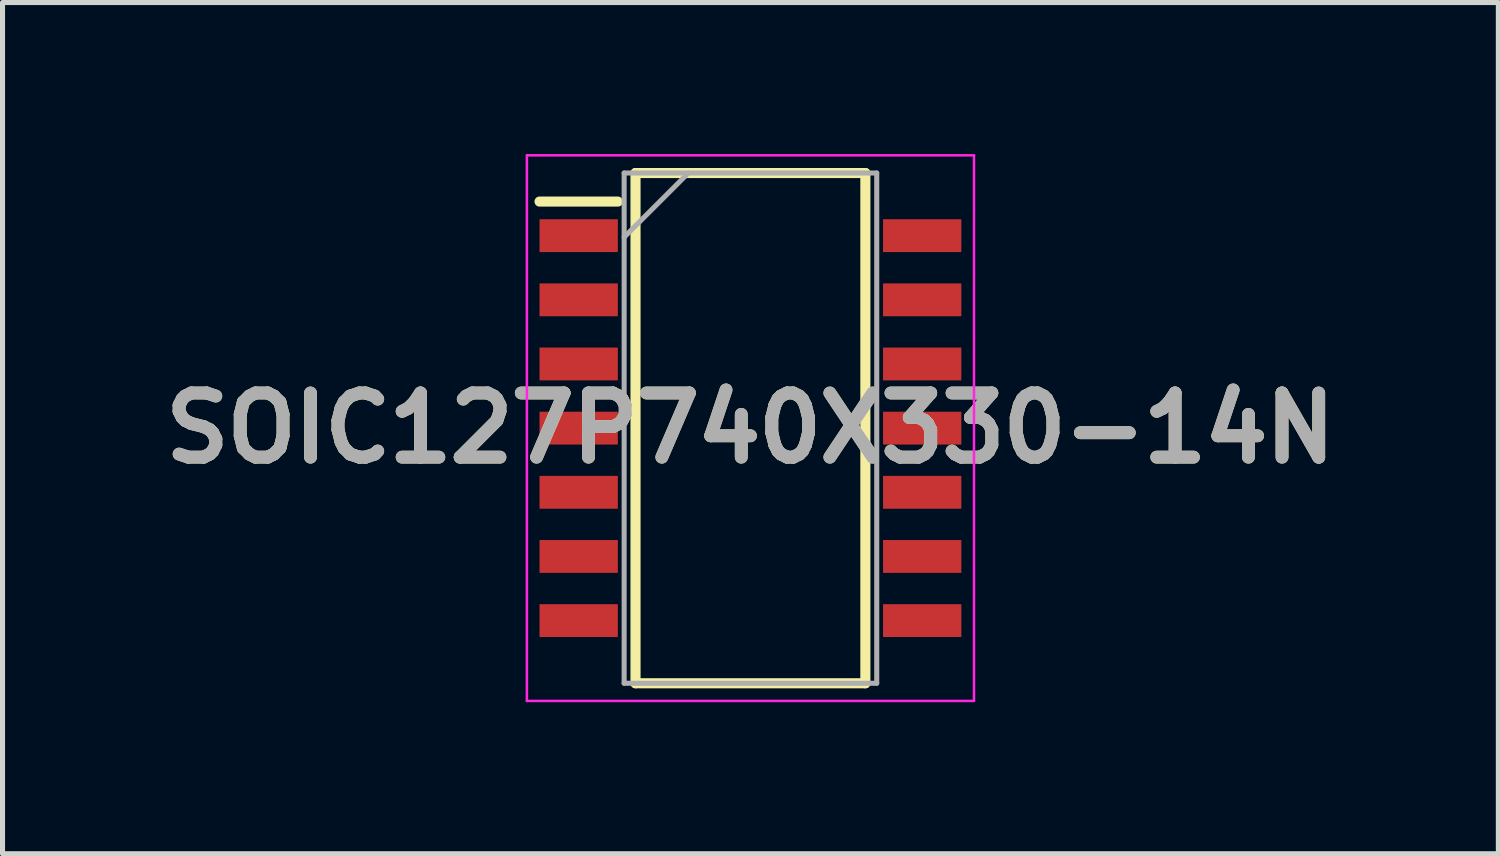
<source format=kicad_pcb>
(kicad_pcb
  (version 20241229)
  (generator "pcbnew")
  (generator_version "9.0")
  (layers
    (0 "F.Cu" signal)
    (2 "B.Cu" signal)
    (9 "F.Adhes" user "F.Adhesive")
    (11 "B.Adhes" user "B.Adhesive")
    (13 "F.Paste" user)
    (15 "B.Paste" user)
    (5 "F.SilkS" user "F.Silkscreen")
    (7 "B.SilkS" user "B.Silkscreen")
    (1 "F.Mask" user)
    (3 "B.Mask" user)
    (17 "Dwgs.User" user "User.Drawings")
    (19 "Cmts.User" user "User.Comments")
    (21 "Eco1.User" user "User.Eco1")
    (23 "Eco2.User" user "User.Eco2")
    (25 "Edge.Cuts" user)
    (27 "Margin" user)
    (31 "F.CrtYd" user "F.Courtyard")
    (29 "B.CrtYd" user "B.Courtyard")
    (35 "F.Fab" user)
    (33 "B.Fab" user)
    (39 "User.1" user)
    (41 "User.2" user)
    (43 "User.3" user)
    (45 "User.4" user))
  (footprint "SOIC127P740X330-14N"
    (layer "F.Cu")
    (at 11.805 5.425)
    (property "Reference" "SOIC127P740X330-14N" (at 0 0 0) (layer "F.SilkS") (effects (font (size 1.27 1.27) (thickness 0.254))))
    (attr smd)
    (fp_line (start -4.175 -4.485) (end -2.625 -4.485) (stroke (width 0.2) (type solid)) (layer "F.SilkS"))
    (fp_line (start -2.275 -5.05) (end 2.275 -5.05) (stroke (width 0.2) (type solid)) (layer "F.SilkS"))
    (fp_line (start -2.275 5.05) (end -2.275 -5.05) (stroke (width 0.2) (type solid)) (layer "F.SilkS"))
    (fp_line (start 2.275 -5.05) (end 2.275 5.05) (stroke (width 0.2) (type solid)) (layer "F.SilkS"))
    (fp_line (start 2.275 5.05) (end -2.275 5.05) (stroke (width 0.2) (type solid)) (layer "F.SilkS"))
    (fp_line (start -4.425 -5.4) (end 4.425 -5.4) (stroke (width 0.05) (type solid)) (layer "F.CrtYd"))
    (fp_line (start -4.425 5.4) (end -4.425 -5.4) (stroke (width 0.05) (type solid)) (layer "F.CrtYd"))
    (fp_line (start 4.425 -5.4) (end 4.425 5.4) (stroke (width 0.05) (type solid)) (layer "F.CrtYd"))
    (fp_line (start 4.425 5.4) (end -4.425 5.4) (stroke (width 0.05) (type solid)) (layer "F.CrtYd"))
    (fp_line (start -2.5 -5.05) (end 2.5 -5.05) (stroke (width 0.1) (type solid)) (layer "F.Fab"))
    (fp_line (start -2.5 -3.78) (end -1.23 -5.05) (stroke (width 0.1) (type solid)) (layer "F.Fab"))
    (fp_line (start -2.5 5.05) (end -2.5 -5.05) (stroke (width 0.1) (type solid)) (layer "F.Fab"))
    (fp_line (start 2.5 -5.05) (end 2.5 5.05) (stroke (width 0.1) (type solid)) (layer "F.Fab"))
    (fp_line (start 2.5 5.05) (end -2.5 5.05) (stroke (width 0.1) (type solid)) (layer "F.Fab"))
    (fp_text user "${REFERENCE}" (at 0 0 0) (layer "F.Fab") (effects (font (size 1.27 1.27) (thickness 0.254))))
    (pad "1" smd rect (at -3.4 -3.81 90) (size 0.65 1.55) (layers "F.Cu" "F.Mask" "F.Paste"))
    (pad "2" smd rect (at -3.4 -2.54 90) (size 0.65 1.55) (layers "F.Cu" "F.Mask" "F.Paste"))
    (pad "3" smd rect (at -3.4 -1.27 90) (size 0.65 1.55) (layers "F.Cu" "F.Mask" "F.Paste"))
    (pad "4" smd rect (at -3.4 0 90) (size 0.65 1.55) (layers "F.Cu" "F.Mask" "F.Paste"))
    (pad "5" smd rect (at -3.4 1.27 90) (size 0.65 1.55) (layers "F.Cu" "F.Mask" "F.Paste"))
    (pad "6" smd rect (at -3.4 2.54 90) (size 0.65 1.55) (layers "F.Cu" "F.Mask" "F.Paste"))
    (pad "7" smd rect (at -3.4 3.81 90) (size 0.65 1.55) (layers "F.Cu" "F.Mask" "F.Paste"))
    (pad "8" smd rect (at 3.4 3.81 90) (size 0.65 1.55) (layers "F.Cu" "F.Mask" "F.Paste"))
    (pad "9" smd rect (at 3.4 2.54 90) (size 0.65 1.55) (layers "F.Cu" "F.Mask" "F.Paste"))
    (pad "10" smd rect (at 3.4 1.27 90) (size 0.65 1.55) (layers "F.Cu" "F.Mask" "F.Paste"))
    (pad "11" smd rect (at 3.4 0 90) (size 0.65 1.55) (layers "F.Cu" "F.Mask" "F.Paste"))
    (pad "12" smd rect (at 3.4 -1.27 90) (size 0.65 1.55) (layers "F.Cu" "F.Mask" "F.Paste"))
    (pad "13" smd rect (at 3.4 -2.54 90) (size 0.65 1.55) (layers "F.Cu" "F.Mask" "F.Paste"))
    (pad "14" smd rect (at 3.4 -3.81 90) (size 0.65 1.55) (layers "F.Cu" "F.Mask" "F.Paste")))
  (gr_rect
    (start -3 -3)
    (end 26.61 13.85)
    (stroke (width 0.1) (type default))
    (fill no)
    (layer "Edge.Cuts")))
</source>
